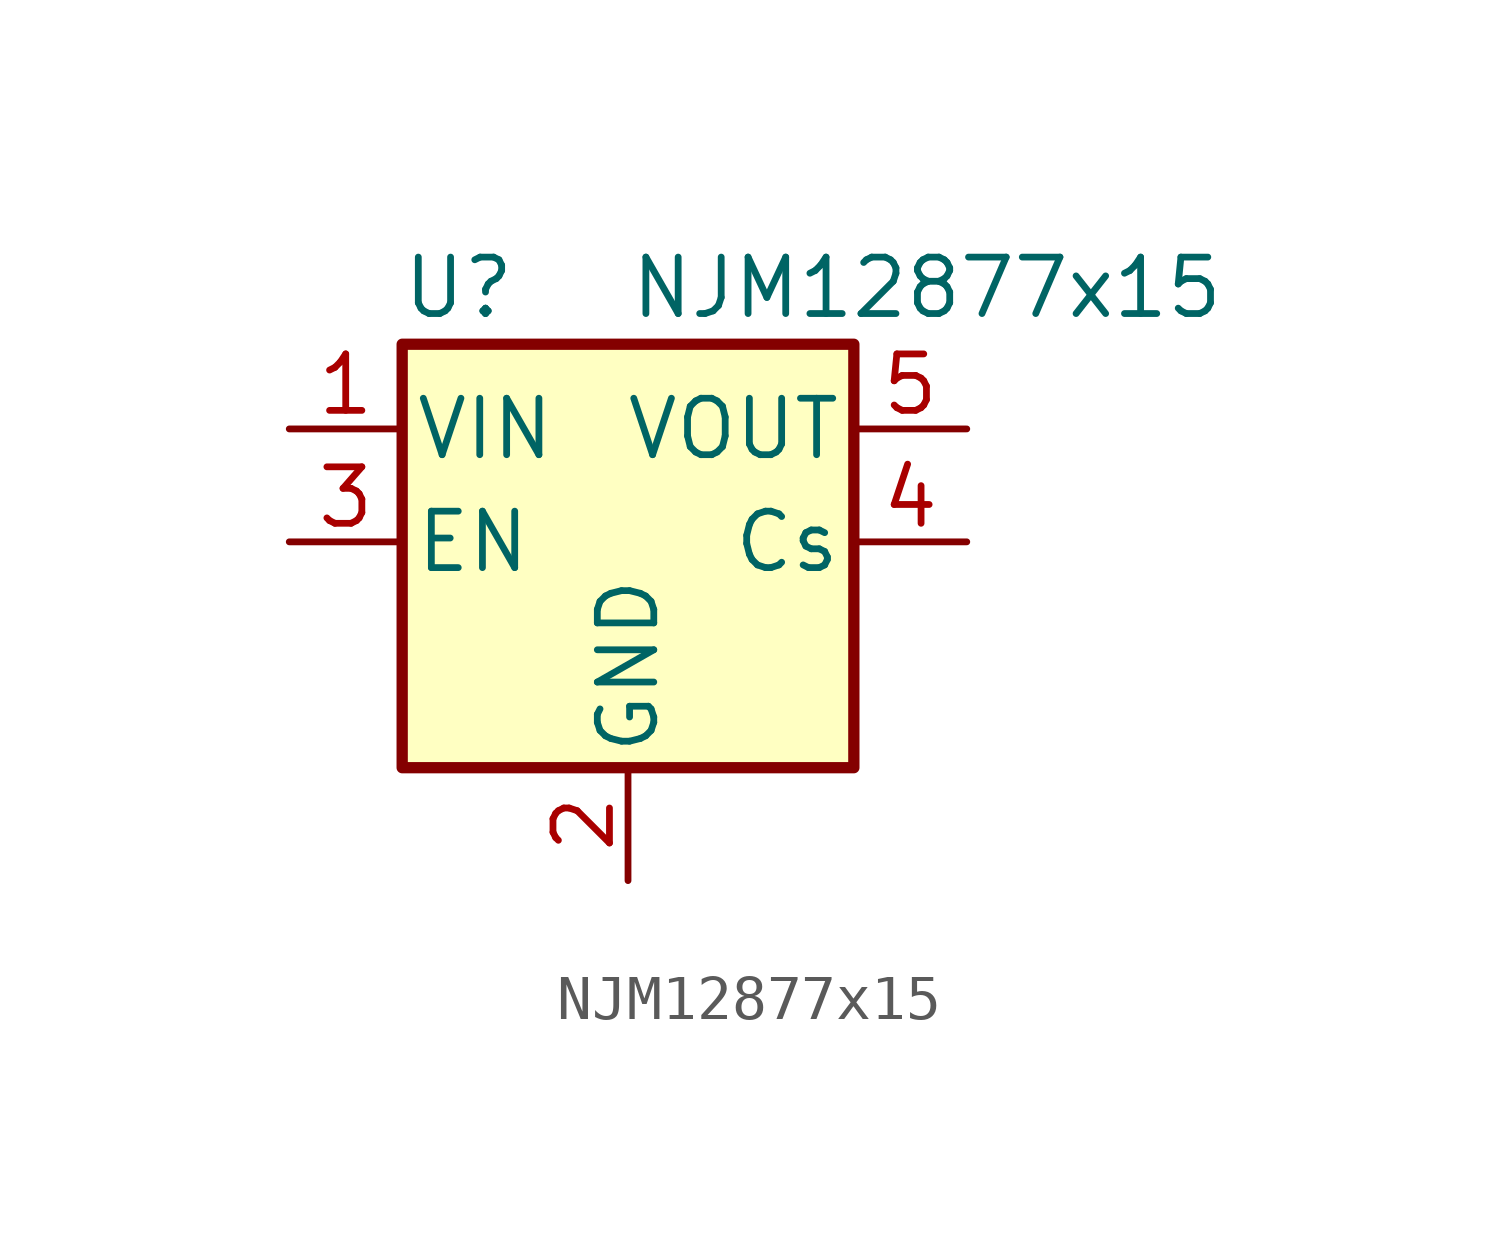
<source format=kicad_sym>
(kicad_symbol_lib
  (version 20231120)
  (generator "kicad_symbol_editor")
  (generator_version "8.0")
  (symbol "NJM12877x15"
    (pin_names
      (offset 0.254))
    (property "Reference" "U"
      (at -3.81 5.715 0)
      (effects (font (size 1.27 1.27))))
    (property "Value" "NJM12877x15"
      (at 0 5.715 0)
      (effects (font (size 1.27 1.27)) (justify left)))
    (symbol "NJM12877x15_1_1"
      (rectangle (start 5.08 -5.08) (end -5.08 4.445) (stroke (width 0.254) (type default)) (fill (type background)))
      (pin power_in line (at -7.62 2.54 0) (length 2.54) (name "VIN" (effects (font (size 1.27 1.27)))) (number "1" (effects (font (size 1.27 1.27)))))
      (pin power_in line (at 0 -7.62 90) (length 2.54) (name "GND" (effects (font (size 1.27 1.27)))) (number "2" (effects (font (size 1.27 1.27)))))
      (pin input line (at -7.62 0 0) (length 2.54) (name "EN" (effects (font (size 1.27 1.27)))) (number "3" (effects (font (size 1.27 1.27)))))
      (pin bidirectional line (at 7.62 0 180) (length 2.54) (name "Cs" (effects (font (size 1.27 1.27)))) (number "4" (effects (font (size 1.27 1.27)))))
      (pin power_out line (at 7.62 2.54 180) (length 2.54) (name "VOUT" (effects (font (size 1.27 1.27)))) (number "5" (effects (font (size 1.27 1.27))))))))
</source>
